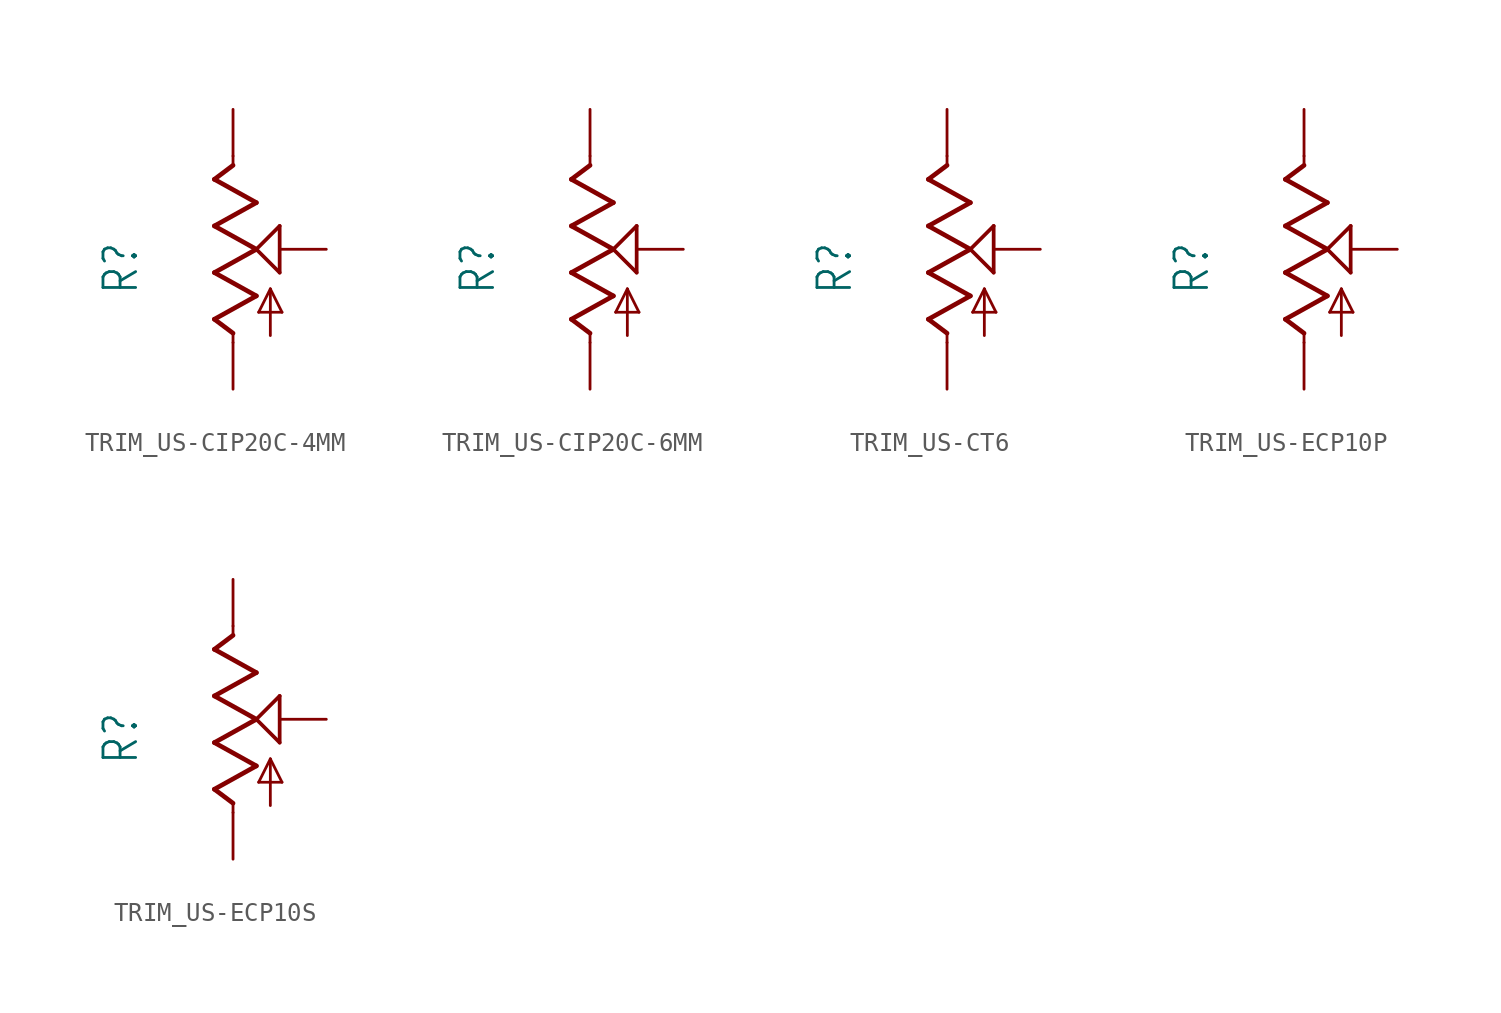
<source format=kicad_sym>
(kicad_symbol_lib
  (version 20231120)
  (generator "kicad_symbol_editor")
  (generator_version "8.0")
  (symbol "TRIM_US-CIP20C-4MM"
    (property "Reference" "R"
      (at -5.08 -2.54 90)
      (effects (font (size 1.778 1.511)) (justify left bottom)))
    (property "Value" ""
      (at -2.54 -2.54 90)
      (effects (font (size 1.778 1.511)) (justify left bottom)))
    (property "ki_locked" ""
      (at 0 0 0)
      (effects (font (size 1.27 1.27))))
    (symbol "TRIM_US-CIP20C-4MM_1_0"
      (polyline (pts (xy -1.016 -3.81) (xy 1.27 -2.54)) (stroke (width 0.254) (type solid)) (fill (type none)))
      (polyline (pts (xy -1.016 -1.27) (xy 1.27 0)) (stroke (width 0.254) (type solid)) (fill (type none)))
      (polyline (pts (xy -1.016 1.27) (xy 1.27 2.54)) (stroke (width 0.254) (type solid)) (fill (type none)))
      (polyline (pts (xy -1.016 3.81) (xy 0 4.572)) (stroke (width 0.254) (type solid)) (fill (type none)))
      (polyline (pts (xy 0 -5.08) (xy 0 -4.572)) (stroke (width 0.152) (type solid)) (fill (type none)))
      (polyline (pts (xy 0 -4.572) (xy -1.016 -3.81)) (stroke (width 0.254) (type solid)) (fill (type none)))
      (polyline (pts (xy 0 4.572) (xy 0 5.08)) (stroke (width 0.152) (type solid)) (fill (type none)))
      (polyline (pts (xy 1.27 -2.54) (xy -1.016 -1.27)) (stroke (width 0.254) (type solid)) (fill (type none)))
      (polyline (pts (xy 1.27 0) (xy -1.016 1.27)) (stroke (width 0.254) (type solid)) (fill (type none)))
      (polyline (pts (xy 1.27 0) (xy 2.54 1.27)) (stroke (width 0.203) (type solid)) (fill (type none)))
      (polyline (pts (xy 1.27 2.54) (xy -1.016 3.81)) (stroke (width 0.254) (type solid)) (fill (type none)))
      (polyline (pts (xy 1.397 -3.429) (xy 2.032 -2.159)) (stroke (width 0.152) (type solid)) (fill (type none)))
      (polyline (pts (xy 2.032 -4.699) (xy 2.032 -2.159)) (stroke (width 0.152) (type solid)) (fill (type none)))
      (polyline (pts (xy 2.032 -2.159) (xy 2.667 -3.429)) (stroke (width 0.152) (type solid)) (fill (type none)))
      (polyline (pts (xy 2.54 -1.27) (xy 1.27 0)) (stroke (width 0.203) (type solid)) (fill (type none)))
      (polyline (pts (xy 2.54 1.27) (xy 2.54 -1.27)) (stroke (width 0.203) (type solid)) (fill (type none)))
      (polyline (pts (xy 2.667 -3.429) (xy 1.397 -3.429)) (stroke (width 0.152) (type solid)) (fill (type none)))
      (pin passive line (at 0 -7.62 90) (length 2.54) (name "A" (effects (font (size 0 0)))) (number "A" (effects (font (size 0 0)))))
      (pin passive line (at 0 7.62 270) (length 2.54) (name "E" (effects (font (size 0 0)))) (number "E" (effects (font (size 0 0)))))
      (pin passive line (at 5.08 0 180) (length 2.54) (name "S" (effects (font (size 0 0)))) (number "S" (effects (font (size 0 0)))))))
  (symbol "TRIM_US-CIP20C-6MM"
    (property "Reference" "R"
      (at -5.08 -2.54 90)
      (effects (font (size 1.778 1.511)) (justify left bottom)))
    (property "Value" ""
      (at -2.54 -2.54 90)
      (effects (font (size 1.778 1.511)) (justify left bottom)))
    (property "ki_locked" ""
      (at 0 0 0)
      (effects (font (size 1.27 1.27))))
    (symbol "TRIM_US-CIP20C-6MM_1_0"
      (polyline (pts (xy -1.016 -3.81) (xy 1.27 -2.54)) (stroke (width 0.254) (type solid)) (fill (type none)))
      (polyline (pts (xy -1.016 -1.27) (xy 1.27 0)) (stroke (width 0.254) (type solid)) (fill (type none)))
      (polyline (pts (xy -1.016 1.27) (xy 1.27 2.54)) (stroke (width 0.254) (type solid)) (fill (type none)))
      (polyline (pts (xy -1.016 3.81) (xy 0 4.572)) (stroke (width 0.254) (type solid)) (fill (type none)))
      (polyline (pts (xy 0 -5.08) (xy 0 -4.572)) (stroke (width 0.152) (type solid)) (fill (type none)))
      (polyline (pts (xy 0 -4.572) (xy -1.016 -3.81)) (stroke (width 0.254) (type solid)) (fill (type none)))
      (polyline (pts (xy 0 4.572) (xy 0 5.08)) (stroke (width 0.152) (type solid)) (fill (type none)))
      (polyline (pts (xy 1.27 -2.54) (xy -1.016 -1.27)) (stroke (width 0.254) (type solid)) (fill (type none)))
      (polyline (pts (xy 1.27 0) (xy -1.016 1.27)) (stroke (width 0.254) (type solid)) (fill (type none)))
      (polyline (pts (xy 1.27 0) (xy 2.54 1.27)) (stroke (width 0.203) (type solid)) (fill (type none)))
      (polyline (pts (xy 1.27 2.54) (xy -1.016 3.81)) (stroke (width 0.254) (type solid)) (fill (type none)))
      (polyline (pts (xy 1.397 -3.429) (xy 2.032 -2.159)) (stroke (width 0.152) (type solid)) (fill (type none)))
      (polyline (pts (xy 2.032 -4.699) (xy 2.032 -2.159)) (stroke (width 0.152) (type solid)) (fill (type none)))
      (polyline (pts (xy 2.032 -2.159) (xy 2.667 -3.429)) (stroke (width 0.152) (type solid)) (fill (type none)))
      (polyline (pts (xy 2.54 -1.27) (xy 1.27 0)) (stroke (width 0.203) (type solid)) (fill (type none)))
      (polyline (pts (xy 2.54 1.27) (xy 2.54 -1.27)) (stroke (width 0.203) (type solid)) (fill (type none)))
      (polyline (pts (xy 2.667 -3.429) (xy 1.397 -3.429)) (stroke (width 0.152) (type solid)) (fill (type none)))
      (pin passive line (at 0 -7.62 90) (length 2.54) (name "A" (effects (font (size 0 0)))) (number "A" (effects (font (size 0 0)))))
      (pin passive line (at 0 7.62 270) (length 2.54) (name "E" (effects (font (size 0 0)))) (number "E" (effects (font (size 0 0)))))
      (pin passive line (at 5.08 0 180) (length 2.54) (name "S" (effects (font (size 0 0)))) (number "S" (effects (font (size 0 0)))))))
  (symbol "TRIM_US-CT6"
    (property "Reference" "R"
      (at -5.08 -2.54 90)
      (effects (font (size 1.778 1.511)) (justify left bottom)))
    (property "Value" ""
      (at -2.54 -2.54 90)
      (effects (font (size 1.778 1.511)) (justify left bottom)))
    (property "ki_locked" ""
      (at 0 0 0)
      (effects (font (size 1.27 1.27))))
    (symbol "TRIM_US-CT6_1_0"
      (polyline (pts (xy -1.016 -3.81) (xy 1.27 -2.54)) (stroke (width 0.254) (type solid)) (fill (type none)))
      (polyline (pts (xy -1.016 -1.27) (xy 1.27 0)) (stroke (width 0.254) (type solid)) (fill (type none)))
      (polyline (pts (xy -1.016 1.27) (xy 1.27 2.54)) (stroke (width 0.254) (type solid)) (fill (type none)))
      (polyline (pts (xy -1.016 3.81) (xy 0 4.572)) (stroke (width 0.254) (type solid)) (fill (type none)))
      (polyline (pts (xy 0 -5.08) (xy 0 -4.572)) (stroke (width 0.152) (type solid)) (fill (type none)))
      (polyline (pts (xy 0 -4.572) (xy -1.016 -3.81)) (stroke (width 0.254) (type solid)) (fill (type none)))
      (polyline (pts (xy 0 4.572) (xy 0 5.08)) (stroke (width 0.152) (type solid)) (fill (type none)))
      (polyline (pts (xy 1.27 -2.54) (xy -1.016 -1.27)) (stroke (width 0.254) (type solid)) (fill (type none)))
      (polyline (pts (xy 1.27 0) (xy -1.016 1.27)) (stroke (width 0.254) (type solid)) (fill (type none)))
      (polyline (pts (xy 1.27 0) (xy 2.54 1.27)) (stroke (width 0.203) (type solid)) (fill (type none)))
      (polyline (pts (xy 1.27 2.54) (xy -1.016 3.81)) (stroke (width 0.254) (type solid)) (fill (type none)))
      (polyline (pts (xy 1.397 -3.429) (xy 2.032 -2.159)) (stroke (width 0.152) (type solid)) (fill (type none)))
      (polyline (pts (xy 2.032 -4.699) (xy 2.032 -2.159)) (stroke (width 0.152) (type solid)) (fill (type none)))
      (polyline (pts (xy 2.032 -2.159) (xy 2.667 -3.429)) (stroke (width 0.152) (type solid)) (fill (type none)))
      (polyline (pts (xy 2.54 -1.27) (xy 1.27 0)) (stroke (width 0.203) (type solid)) (fill (type none)))
      (polyline (pts (xy 2.54 1.27) (xy 2.54 -1.27)) (stroke (width 0.203) (type solid)) (fill (type none)))
      (polyline (pts (xy 2.667 -3.429) (xy 1.397 -3.429)) (stroke (width 0.152) (type solid)) (fill (type none)))
      (pin passive line (at 0 -7.62 90) (length 2.54) (name "A" (effects (font (size 0 0)))) (number "A" (effects (font (size 0 0)))))
      (pin passive line (at 0 7.62 270) (length 2.54) (name "E" (effects (font (size 0 0)))) (number "E" (effects (font (size 0 0)))))
      (pin passive line (at 5.08 0 180) (length 2.54) (name "S" (effects (font (size 0 0)))) (number "S" (effects (font (size 0 0)))))))
  (symbol "TRIM_US-ECP10P"
    (property "Reference" "R"
      (at -5.08 -2.54 90)
      (effects (font (size 1.778 1.511)) (justify left bottom)))
    (property "Value" ""
      (at -2.54 -2.54 90)
      (effects (font (size 1.778 1.511)) (justify left bottom)))
    (property "ki_locked" ""
      (at 0 0 0)
      (effects (font (size 1.27 1.27))))
    (symbol "TRIM_US-ECP10P_1_0"
      (polyline (pts (xy -1.016 -3.81) (xy 1.27 -2.54)) (stroke (width 0.254) (type solid)) (fill (type none)))
      (polyline (pts (xy -1.016 -1.27) (xy 1.27 0)) (stroke (width 0.254) (type solid)) (fill (type none)))
      (polyline (pts (xy -1.016 1.27) (xy 1.27 2.54)) (stroke (width 0.254) (type solid)) (fill (type none)))
      (polyline (pts (xy -1.016 3.81) (xy 0 4.572)) (stroke (width 0.254) (type solid)) (fill (type none)))
      (polyline (pts (xy 0 -5.08) (xy 0 -4.572)) (stroke (width 0.152) (type solid)) (fill (type none)))
      (polyline (pts (xy 0 -4.572) (xy -1.016 -3.81)) (stroke (width 0.254) (type solid)) (fill (type none)))
      (polyline (pts (xy 0 4.572) (xy 0 5.08)) (stroke (width 0.152) (type solid)) (fill (type none)))
      (polyline (pts (xy 1.27 -2.54) (xy -1.016 -1.27)) (stroke (width 0.254) (type solid)) (fill (type none)))
      (polyline (pts (xy 1.27 0) (xy -1.016 1.27)) (stroke (width 0.254) (type solid)) (fill (type none)))
      (polyline (pts (xy 1.27 0) (xy 2.54 1.27)) (stroke (width 0.203) (type solid)) (fill (type none)))
      (polyline (pts (xy 1.27 2.54) (xy -1.016 3.81)) (stroke (width 0.254) (type solid)) (fill (type none)))
      (polyline (pts (xy 1.397 -3.429) (xy 2.032 -2.159)) (stroke (width 0.152) (type solid)) (fill (type none)))
      (polyline (pts (xy 2.032 -4.699) (xy 2.032 -2.159)) (stroke (width 0.152) (type solid)) (fill (type none)))
      (polyline (pts (xy 2.032 -2.159) (xy 2.667 -3.429)) (stroke (width 0.152) (type solid)) (fill (type none)))
      (polyline (pts (xy 2.54 -1.27) (xy 1.27 0)) (stroke (width 0.203) (type solid)) (fill (type none)))
      (polyline (pts (xy 2.54 1.27) (xy 2.54 -1.27)) (stroke (width 0.203) (type solid)) (fill (type none)))
      (polyline (pts (xy 2.667 -3.429) (xy 1.397 -3.429)) (stroke (width 0.152) (type solid)) (fill (type none)))
      (pin passive line (at 0 -7.62 90) (length 2.54) (name "A" (effects (font (size 0 0)))) (number "A" (effects (font (size 0 0)))))
      (pin passive line (at 0 7.62 270) (length 2.54) (name "E" (effects (font (size 0 0)))) (number "E" (effects (font (size 0 0)))))
      (pin passive line (at 5.08 0 180) (length 2.54) (name "S" (effects (font (size 0 0)))) (number "S" (effects (font (size 0 0)))))))
  (symbol "TRIM_US-ECP10S"
    (property "Reference" "R"
      (at -5.08 -2.54 90)
      (effects (font (size 1.778 1.511)) (justify left bottom)))
    (property "Value" ""
      (at -2.54 -2.54 90)
      (effects (font (size 1.778 1.511)) (justify left bottom)))
    (property "ki_locked" ""
      (at 0 0 0)
      (effects (font (size 1.27 1.27))))
    (symbol "TRIM_US-ECP10S_1_0"
      (polyline (pts (xy -1.016 -3.81) (xy 1.27 -2.54)) (stroke (width 0.254) (type solid)) (fill (type none)))
      (polyline (pts (xy -1.016 -1.27) (xy 1.27 0)) (stroke (width 0.254) (type solid)) (fill (type none)))
      (polyline (pts (xy -1.016 1.27) (xy 1.27 2.54)) (stroke (width 0.254) (type solid)) (fill (type none)))
      (polyline (pts (xy -1.016 3.81) (xy 0 4.572)) (stroke (width 0.254) (type solid)) (fill (type none)))
      (polyline (pts (xy 0 -5.08) (xy 0 -4.572)) (stroke (width 0.152) (type solid)) (fill (type none)))
      (polyline (pts (xy 0 -4.572) (xy -1.016 -3.81)) (stroke (width 0.254) (type solid)) (fill (type none)))
      (polyline (pts (xy 0 4.572) (xy 0 5.08)) (stroke (width 0.152) (type solid)) (fill (type none)))
      (polyline (pts (xy 1.27 -2.54) (xy -1.016 -1.27)) (stroke (width 0.254) (type solid)) (fill (type none)))
      (polyline (pts (xy 1.27 0) (xy -1.016 1.27)) (stroke (width 0.254) (type solid)) (fill (type none)))
      (polyline (pts (xy 1.27 0) (xy 2.54 1.27)) (stroke (width 0.203) (type solid)) (fill (type none)))
      (polyline (pts (xy 1.27 2.54) (xy -1.016 3.81)) (stroke (width 0.254) (type solid)) (fill (type none)))
      (polyline (pts (xy 1.397 -3.429) (xy 2.032 -2.159)) (stroke (width 0.152) (type solid)) (fill (type none)))
      (polyline (pts (xy 2.032 -4.699) (xy 2.032 -2.159)) (stroke (width 0.152) (type solid)) (fill (type none)))
      (polyline (pts (xy 2.032 -2.159) (xy 2.667 -3.429)) (stroke (width 0.152) (type solid)) (fill (type none)))
      (polyline (pts (xy 2.54 -1.27) (xy 1.27 0)) (stroke (width 0.203) (type solid)) (fill (type none)))
      (polyline (pts (xy 2.54 1.27) (xy 2.54 -1.27)) (stroke (width 0.203) (type solid)) (fill (type none)))
      (polyline (pts (xy 2.667 -3.429) (xy 1.397 -3.429)) (stroke (width 0.152) (type solid)) (fill (type none)))
      (pin passive line (at 0 -7.62 90) (length 2.54) (name "A" (effects (font (size 0 0)))) (number "A" (effects (font (size 0 0)))))
      (pin passive line (at 0 7.62 270) (length 2.54) (name "E" (effects (font (size 0 0)))) (number "E" (effects (font (size 0 0)))))
      (pin passive line (at 5.08 0 180) (length 2.54) (name "S" (effects (font (size 0 0)))) (number "S" (effects (font (size 0 0))))))))
</source>
